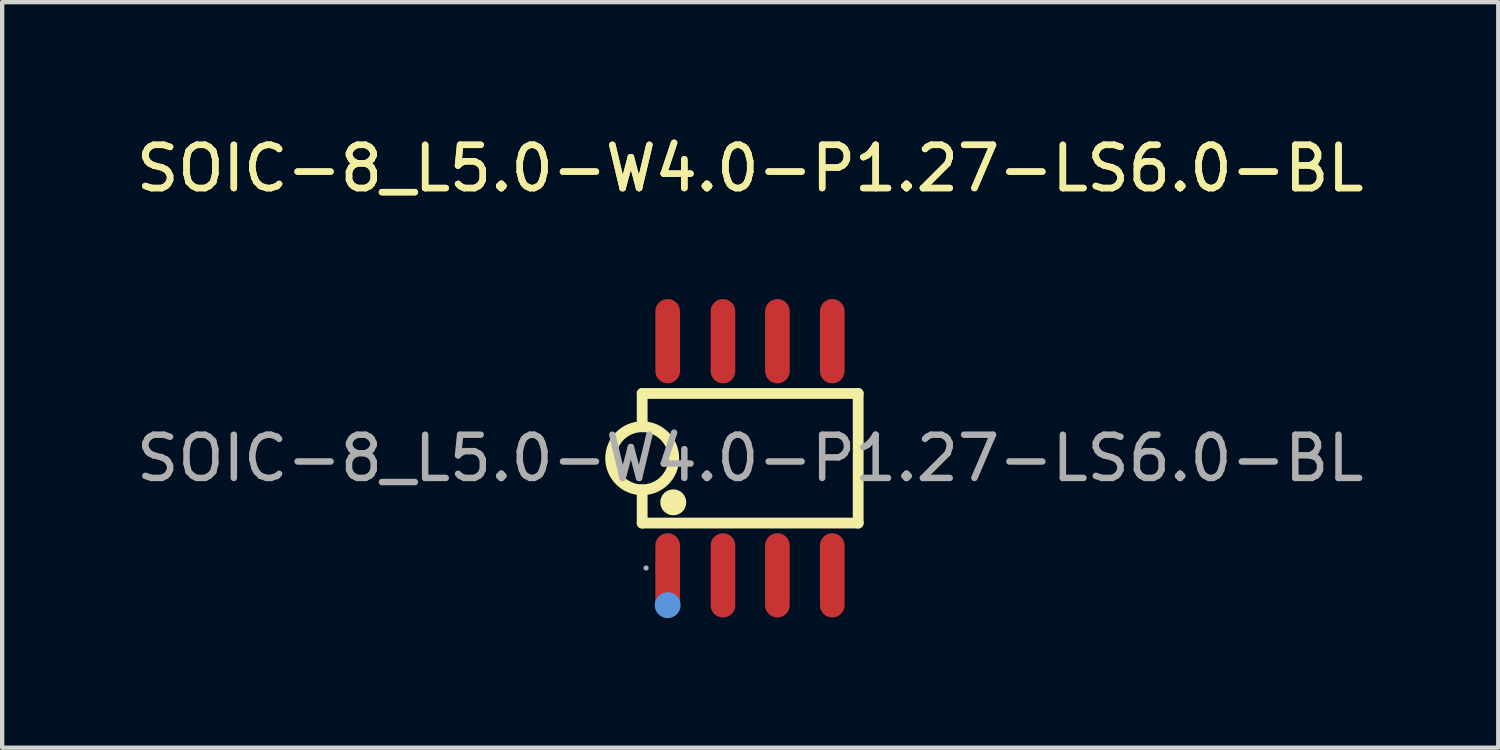
<source format=kicad_pcb>
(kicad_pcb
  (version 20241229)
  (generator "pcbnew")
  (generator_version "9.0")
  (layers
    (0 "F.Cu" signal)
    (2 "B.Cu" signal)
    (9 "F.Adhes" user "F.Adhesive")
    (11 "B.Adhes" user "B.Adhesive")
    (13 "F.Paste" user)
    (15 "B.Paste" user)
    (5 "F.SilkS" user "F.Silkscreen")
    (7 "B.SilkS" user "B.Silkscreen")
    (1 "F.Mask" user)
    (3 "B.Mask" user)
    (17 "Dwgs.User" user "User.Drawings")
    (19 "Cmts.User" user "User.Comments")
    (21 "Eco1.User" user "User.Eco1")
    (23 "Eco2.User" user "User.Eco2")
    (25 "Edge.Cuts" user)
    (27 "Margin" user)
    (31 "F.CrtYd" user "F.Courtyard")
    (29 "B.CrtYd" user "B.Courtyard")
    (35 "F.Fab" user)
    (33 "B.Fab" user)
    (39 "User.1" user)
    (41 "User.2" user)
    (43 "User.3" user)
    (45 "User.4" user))
  (footprint "SOIC-8_L5.0-W4.0-P1.27-LS6.0-BL"
    (layer "F.Cu")
    (at 14.315 7.558)
    (property "Reference" "SOIC-8_L5.0-W4.0-P1.27-LS6.0-BL" (at 0 -6.71 0) (layer "F.SilkS") (effects (font (size 1 1) (thickness 0.15))))
    (attr smd)
    (fp_line (start -2.5 -1.5) (end -2.5 -0.73) (stroke (width 0.25) (type solid)) (layer "F.SilkS"))
    (fp_line (start -2.5 -1.5) (end 2.5 -1.5) (stroke (width 0.25) (type solid)) (layer "F.SilkS"))
    (fp_line (start -2.5 1.5) (end -2.5 0.73) (stroke (width 0.25) (type solid)) (layer "F.SilkS"))
    (fp_line (start -2.5 1.5) (end 2.5 1.5) (stroke (width 0.25) (type solid)) (layer "F.SilkS"))
    (fp_line (start 2.5 -1.5) (end 2.5 1.5) (stroke (width 0.25) (type solid)) (layer "F.SilkS"))
    (fp_arc (start -2.48726 -0.729889) (mid -2.50635 0.729972) (end -2.5 -0.73) (stroke (width 0.25) (type solid)) (layer "F.SilkS"))
    (fp_circle (center -1.78 1.02) (end -1.63 1.02) (stroke (width 0.3) (type solid)) (fill no) (layer "F.SilkS"))
    (fp_circle (center -1.91 3.4) (end -1.76 3.4) (stroke (width 0.3) (type solid)) (fill no) (layer "Cmts.User"))
    (fp_circle (center -2.41 2.54) (end -2.38 2.54) (stroke (width 0.06) (type solid)) (fill no) (layer "F.Fab"))
    (fp_text user "${REFERENCE}" (at 0 -6.71 0) (layer "F.SilkS") (effects (font (size 1 1) (thickness 0.15))))
    (fp_text user "${REFERENCE}" (at 0 0 0) (layer "F.Fab") (effects (font (size 1 1) (thickness 0.15))))
    (pad "1" smd oval (at -1.91 2.71) (size 0.57 1.95) (layers "F.Cu" "F.Mask" "F.Paste"))
    (pad "2" smd oval (at -0.63 2.71) (size 0.57 1.95) (layers "F.Cu" "F.Mask" "F.Paste"))
    (pad "3" smd oval (at 0.63 2.71) (size 0.57 1.95) (layers "F.Cu" "F.Mask" "F.Paste"))
    (pad "4" smd oval (at 1.9 2.71) (size 0.57 1.95) (layers "F.Cu" "F.Mask" "F.Paste"))
    (pad "5" smd oval (at 1.9 -2.71) (size 0.57 1.95) (layers "F.Cu" "F.Mask" "F.Paste"))
    (pad "6" smd oval (at 0.63 -2.71) (size 0.57 1.95) (layers "F.Cu" "F.Mask" "F.Paste"))
    (pad "7" smd oval (at -0.63 -2.71) (size 0.57 1.95) (layers "F.Cu" "F.Mask" "F.Paste"))
    (pad "8" smd oval (at -1.91 -2.71) (size 0.57 1.95) (layers "F.Cu" "F.Mask" "F.Paste")))
  (gr_rect
    (start -3 -3)
    (end 31.631 14.258)
    (stroke (width 0.1) (type default))
    (fill no)
    (layer "Edge.Cuts")))
</source>
